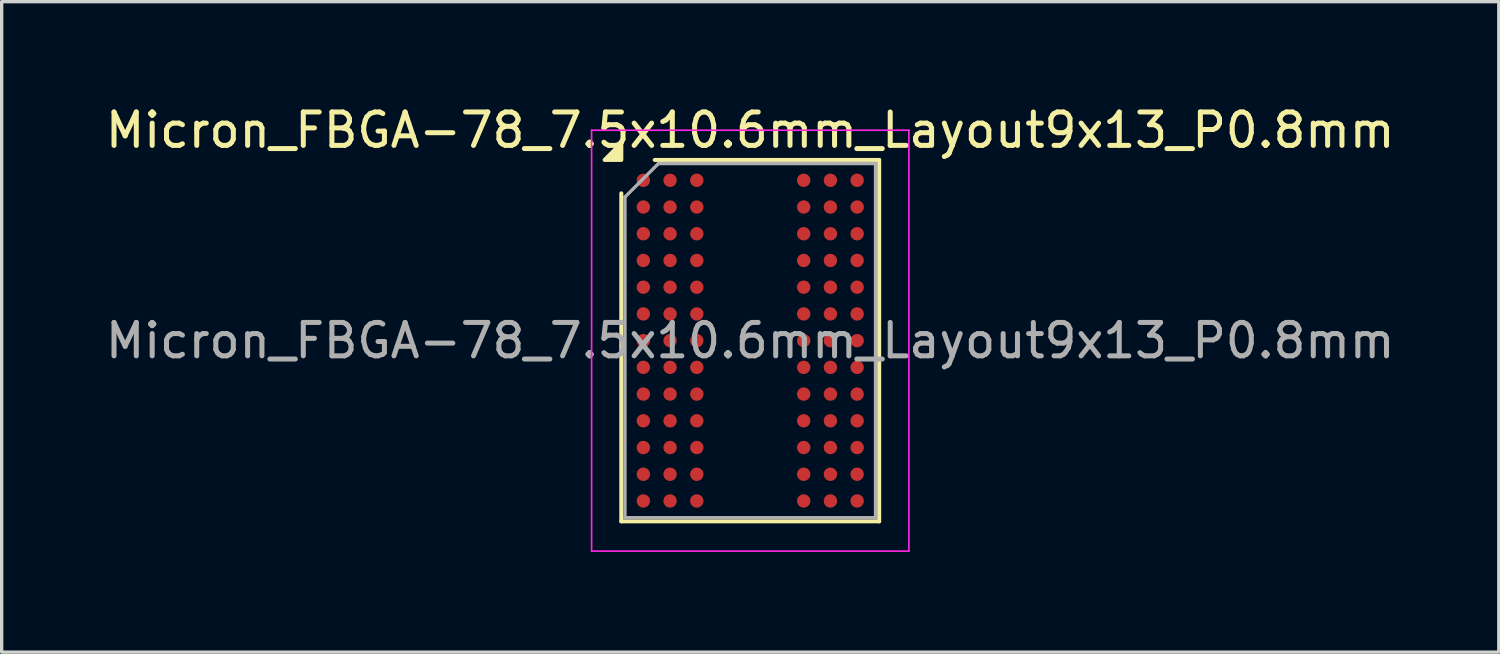
<source format=kicad_pcb>
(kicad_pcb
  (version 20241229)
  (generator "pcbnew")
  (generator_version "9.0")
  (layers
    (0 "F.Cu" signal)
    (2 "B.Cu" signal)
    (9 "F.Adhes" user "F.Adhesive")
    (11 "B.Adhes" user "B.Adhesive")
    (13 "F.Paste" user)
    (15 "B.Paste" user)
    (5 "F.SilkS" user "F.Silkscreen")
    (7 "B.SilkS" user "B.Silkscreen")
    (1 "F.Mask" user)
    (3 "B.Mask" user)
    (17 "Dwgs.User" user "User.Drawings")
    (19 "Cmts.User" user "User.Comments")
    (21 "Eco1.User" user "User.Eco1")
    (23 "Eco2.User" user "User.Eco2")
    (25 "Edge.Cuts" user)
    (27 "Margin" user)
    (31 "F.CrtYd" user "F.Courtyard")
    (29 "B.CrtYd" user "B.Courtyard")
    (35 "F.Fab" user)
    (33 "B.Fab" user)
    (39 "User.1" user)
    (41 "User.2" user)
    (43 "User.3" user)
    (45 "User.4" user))
  (footprint "Micron_FBGA-78_7.5x10.6mm_Layout9x13_P0.8mm"
    (layer "F.Cu")
    (at 19.411 7.148)
    (property "Reference" "Micron_FBGA-78_7.5x10.6mm_Layout9x13_P0.8mm" (at 0 -6.3 0) (layer "F.SilkS") (effects (font (size 1 1) (thickness 0.15))))
    (attr smd)
    (fp_line (start -3.86 5.41) (end -3.86 -4.41) (stroke (width 0.12) (type solid)) (layer "F.SilkS"))
    (fp_line (start -2.86 -5.41) (end 3.86 -5.41) (stroke (width 0.12) (type solid)) (layer "F.SilkS"))
    (fp_line (start 3.86 -5.41) (end 3.86 5.41) (stroke (width 0.12) (type solid)) (layer "F.SilkS"))
    (fp_line (start 3.86 5.41) (end -3.86 5.41) (stroke (width 0.12) (type solid)) (layer "F.SilkS"))
    (fp_poly (pts (xy -3.86 -5.41) (xy -4.36 -5.41) (xy -3.86 -5.91) (xy -3.86 -5.41)) (stroke (width 0.12) (type solid)) (fill yes) (layer "F.SilkS"))
    (fp_line (start -4.75 -6.3) (end -4.75 6.3) (stroke (width 0.05) (type solid)) (layer "F.CrtYd"))
    (fp_line (start -4.75 6.3) (end 4.75 6.3) (stroke (width 0.05) (type solid)) (layer "F.CrtYd"))
    (fp_line (start 4.75 -6.3) (end -4.75 -6.3) (stroke (width 0.05) (type solid)) (layer "F.CrtYd"))
    (fp_line (start 4.75 6.3) (end 4.75 -6.3) (stroke (width 0.05) (type solid)) (layer "F.CrtYd"))
    (fp_line (start -3.75 -4.3) (end -2.75 -5.3) (stroke (width 0.1) (type solid)) (layer "F.Fab"))
    (fp_line (start -3.75 5.3) (end -3.75 -4.3) (stroke (width 0.1) (type solid)) (layer "F.Fab"))
    (fp_line (start -2.75 -5.3) (end 3.75 -5.3) (stroke (width 0.1) (type solid)) (layer "F.Fab"))
    (fp_line (start 3.75 -5.3) (end 3.75 5.3) (stroke (width 0.1) (type solid)) (layer "F.Fab"))
    (fp_line (start 3.75 5.3) (end -3.75 5.3) (stroke (width 0.1) (type solid)) (layer "F.Fab"))
    (fp_text user "${REFERENCE}" (at 0 0 0) (layer "F.Fab") (effects (font (size 1 1) (thickness 0.15))))
    (pad "A1" smd circle (at -3.2 -4.8) (size 0.4 0.4) (property pad_prop_bga) (layers "F.Cu" "F.Mask" "F.Paste"))
    (pad "A2" smd circle (at -2.4 -4.8) (size 0.4 0.4) (property pad_prop_bga) (layers "F.Cu" "F.Mask" "F.Paste"))
    (pad "A3" smd circle (at -1.6 -4.8) (size 0.4 0.4) (property pad_prop_bga) (layers "F.Cu" "F.Mask" "F.Paste"))
    (pad "A7" smd circle (at 1.6 -4.8) (size 0.4 0.4) (property pad_prop_bga) (layers "F.Cu" "F.Mask" "F.Paste"))
    (pad "A8" smd circle (at 2.4 -4.8) (size 0.4 0.4) (property pad_prop_bga) (layers "F.Cu" "F.Mask" "F.Paste"))
    (pad "A9" smd circle (at 3.2 -4.8) (size 0.4 0.4) (property pad_prop_bga) (layers "F.Cu" "F.Mask" "F.Paste"))
    (pad "B1" smd circle (at -3.2 -4) (size 0.4 0.4) (property pad_prop_bga) (layers "F.Cu" "F.Mask" "F.Paste"))
    (pad "B2" smd circle (at -2.4 -4) (size 0.4 0.4) (property pad_prop_bga) (layers "F.Cu" "F.Mask" "F.Paste"))
    (pad "B3" smd circle (at -1.6 -4) (size 0.4 0.4) (property pad_prop_bga) (layers "F.Cu" "F.Mask" "F.Paste"))
    (pad "B7" smd circle (at 1.6 -4) (size 0.4 0.4) (property pad_prop_bga) (layers "F.Cu" "F.Mask" "F.Paste"))
    (pad "B8" smd circle (at 2.4 -4) (size 0.4 0.4) (property pad_prop_bga) (layers "F.Cu" "F.Mask" "F.Paste"))
    (pad "B9" smd circle (at 3.2 -4) (size 0.4 0.4) (property pad_prop_bga) (layers "F.Cu" "F.Mask" "F.Paste"))
    (pad "C1" smd circle (at -3.2 -3.2) (size 0.4 0.4) (property pad_prop_bga) (layers "F.Cu" "F.Mask" "F.Paste"))
    (pad "C2" smd circle (at -2.4 -3.2) (size 0.4 0.4) (property pad_prop_bga) (layers "F.Cu" "F.Mask" "F.Paste"))
    (pad "C3" smd circle (at -1.6 -3.2) (size 0.4 0.4) (property pad_prop_bga) (layers "F.Cu" "F.Mask" "F.Paste"))
    (pad "C7" smd circle (at 1.6 -3.2) (size 0.4 0.4) (property pad_prop_bga) (layers "F.Cu" "F.Mask" "F.Paste"))
    (pad "C8" smd circle (at 2.4 -3.2) (size 0.4 0.4) (property pad_prop_bga) (layers "F.Cu" "F.Mask" "F.Paste"))
    (pad "C9" smd circle (at 3.2 -3.2) (size 0.4 0.4) (property pad_prop_bga) (layers "F.Cu" "F.Mask" "F.Paste"))
    (pad "D1" smd circle (at -3.2 -2.4) (size 0.4 0.4) (property pad_prop_bga) (layers "F.Cu" "F.Mask" "F.Paste"))
    (pad "D2" smd circle (at -2.4 -2.4) (size 0.4 0.4) (property pad_prop_bga) (layers "F.Cu" "F.Mask" "F.Paste"))
    (pad "D3" smd circle (at -1.6 -2.4) (size 0.4 0.4) (property pad_prop_bga) (layers "F.Cu" "F.Mask" "F.Paste"))
    (pad "D7" smd circle (at 1.6 -2.4) (size 0.4 0.4) (property pad_prop_bga) (layers "F.Cu" "F.Mask" "F.Paste"))
    (pad "D8" smd circle (at 2.4 -2.4) (size 0.4 0.4) (property pad_prop_bga) (layers "F.Cu" "F.Mask" "F.Paste"))
    (pad "D9" smd circle (at 3.2 -2.4) (size 0.4 0.4) (property pad_prop_bga) (layers "F.Cu" "F.Mask" "F.Paste"))
    (pad "E1" smd circle (at -3.2 -1.6) (size 0.4 0.4) (property pad_prop_bga) (layers "F.Cu" "F.Mask" "F.Paste"))
    (pad "E2" smd circle (at -2.4 -1.6) (size 0.4 0.4) (property pad_prop_bga) (layers "F.Cu" "F.Mask" "F.Paste"))
    (pad "E3" smd circle (at -1.6 -1.6) (size 0.4 0.4) (property pad_prop_bga) (layers "F.Cu" "F.Mask" "F.Paste"))
    (pad "E7" smd circle (at 1.6 -1.6) (size 0.4 0.4) (property pad_prop_bga) (layers "F.Cu" "F.Mask" "F.Paste"))
    (pad "E8" smd circle (at 2.4 -1.6) (size 0.4 0.4) (property pad_prop_bga) (layers "F.Cu" "F.Mask" "F.Paste"))
    (pad "E9" smd circle (at 3.2 -1.6) (size 0.4 0.4) (property pad_prop_bga) (layers "F.Cu" "F.Mask" "F.Paste"))
    (pad "F1" smd circle (at -3.2 -0.8) (size 0.4 0.4) (property pad_prop_bga) (layers "F.Cu" "F.Mask" "F.Paste"))
    (pad "F2" smd circle (at -2.4 -0.8) (size 0.4 0.4) (property pad_prop_bga) (layers "F.Cu" "F.Mask" "F.Paste"))
    (pad "F3" smd circle (at -1.6 -0.8) (size 0.4 0.4) (property pad_prop_bga) (layers "F.Cu" "F.Mask" "F.Paste"))
    (pad "F7" smd circle (at 1.6 -0.8) (size 0.4 0.4) (property pad_prop_bga) (layers "F.Cu" "F.Mask" "F.Paste"))
    (pad "F8" smd circle (at 2.4 -0.8) (size 0.4 0.4) (property pad_prop_bga) (layers "F.Cu" "F.Mask" "F.Paste"))
    (pad "F9" smd circle (at 3.2 -0.8) (size 0.4 0.4) (property pad_prop_bga) (layers "F.Cu" "F.Mask" "F.Paste"))
    (pad "G1" smd circle (at -3.2 0) (size 0.4 0.4) (property pad_prop_bga) (layers "F.Cu" "F.Mask" "F.Paste"))
    (pad "G2" smd circle (at -2.4 0) (size 0.4 0.4) (property pad_prop_bga) (layers "F.Cu" "F.Mask" "F.Paste"))
    (pad "G3" smd circle (at -1.6 0) (size 0.4 0.4) (property pad_prop_bga) (layers "F.Cu" "F.Mask" "F.Paste"))
    (pad "G7" smd circle (at 1.6 0) (size 0.4 0.4) (property pad_prop_bga) (layers "F.Cu" "F.Mask" "F.Paste"))
    (pad "G8" smd circle (at 2.4 0) (size 0.4 0.4) (property pad_prop_bga) (layers "F.Cu" "F.Mask" "F.Paste"))
    (pad "G9" smd circle (at 3.2 0) (size 0.4 0.4) (property pad_prop_bga) (layers "F.Cu" "F.Mask" "F.Paste"))
    (pad "H1" smd circle (at -3.2 0.8) (size 0.4 0.4) (property pad_prop_bga) (layers "F.Cu" "F.Mask" "F.Paste"))
    (pad "H2" smd circle (at -2.4 0.8) (size 0.4 0.4) (property pad_prop_bga) (layers "F.Cu" "F.Mask" "F.Paste"))
    (pad "H3" smd circle (at -1.6 0.8) (size 0.4 0.4) (property pad_prop_bga) (layers "F.Cu" "F.Mask" "F.Paste"))
    (pad "H7" smd circle (at 1.6 0.8) (size 0.4 0.4) (property pad_prop_bga) (layers "F.Cu" "F.Mask" "F.Paste"))
    (pad "H8" smd circle (at 2.4 0.8) (size 0.4 0.4) (property pad_prop_bga) (layers "F.Cu" "F.Mask" "F.Paste"))
    (pad "H9" smd circle (at 3.2 0.8) (size 0.4 0.4) (property pad_prop_bga) (layers "F.Cu" "F.Mask" "F.Paste"))
    (pad "J1" smd circle (at -3.2 1.6) (size 0.4 0.4) (property pad_prop_bga) (layers "F.Cu" "F.Mask" "F.Paste"))
    (pad "J2" smd circle (at -2.4 1.6) (size 0.4 0.4) (property pad_prop_bga) (layers "F.Cu" "F.Mask" "F.Paste"))
    (pad "J3" smd circle (at -1.6 1.6) (size 0.4 0.4) (property pad_prop_bga) (layers "F.Cu" "F.Mask" "F.Paste"))
    (pad "J7" smd circle (at 1.6 1.6) (size 0.4 0.4) (property pad_prop_bga) (layers "F.Cu" "F.Mask" "F.Paste"))
    (pad "J8" smd circle (at 2.4 1.6) (size 0.4 0.4) (property pad_prop_bga) (layers "F.Cu" "F.Mask" "F.Paste"))
    (pad "J9" smd circle (at 3.2 1.6) (size 0.4 0.4) (property pad_prop_bga) (layers "F.Cu" "F.Mask" "F.Paste"))
    (pad "K1" smd circle (at -3.2 2.4) (size 0.4 0.4) (property pad_prop_bga) (layers "F.Cu" "F.Mask" "F.Paste"))
    (pad "K2" smd circle (at -2.4 2.4) (size 0.4 0.4) (property pad_prop_bga) (layers "F.Cu" "F.Mask" "F.Paste"))
    (pad "K3" smd circle (at -1.6 2.4) (size 0.4 0.4) (property pad_prop_bga) (layers "F.Cu" "F.Mask" "F.Paste"))
    (pad "K7" smd circle (at 1.6 2.4) (size 0.4 0.4) (property pad_prop_bga) (layers "F.Cu" "F.Mask" "F.Paste"))
    (pad "K8" smd circle (at 2.4 2.4) (size 0.4 0.4) (property pad_prop_bga) (layers "F.Cu" "F.Mask" "F.Paste"))
    (pad "K9" smd circle (at 3.2 2.4) (size 0.4 0.4) (property pad_prop_bga) (layers "F.Cu" "F.Mask" "F.Paste"))
    (pad "L1" smd circle (at -3.2 3.2) (size 0.4 0.4) (property pad_prop_bga) (layers "F.Cu" "F.Mask" "F.Paste"))
    (pad "L2" smd circle (at -2.4 3.2) (size 0.4 0.4) (property pad_prop_bga) (layers "F.Cu" "F.Mask" "F.Paste"))
    (pad "L3" smd circle (at -1.6 3.2) (size 0.4 0.4) (property pad_prop_bga) (layers "F.Cu" "F.Mask" "F.Paste"))
    (pad "L7" smd circle (at 1.6 3.2) (size 0.4 0.4) (property pad_prop_bga) (layers "F.Cu" "F.Mask" "F.Paste"))
    (pad "L8" smd circle (at 2.4 3.2) (size 0.4 0.4) (property pad_prop_bga) (layers "F.Cu" "F.Mask" "F.Paste"))
    (pad "L9" smd circle (at 3.2 3.2) (size 0.4 0.4) (property pad_prop_bga) (layers "F.Cu" "F.Mask" "F.Paste"))
    (pad "M1" smd circle (at -3.2 4) (size 0.4 0.4) (property pad_prop_bga) (layers "F.Cu" "F.Mask" "F.Paste"))
    (pad "M2" smd circle (at -2.4 4) (size 0.4 0.4) (property pad_prop_bga) (layers "F.Cu" "F.Mask" "F.Paste"))
    (pad "M3" smd circle (at -1.6 4) (size 0.4 0.4) (property pad_prop_bga) (layers "F.Cu" "F.Mask" "F.Paste"))
    (pad "M7" smd circle (at 1.6 4) (size 0.4 0.4) (property pad_prop_bga) (layers "F.Cu" "F.Mask" "F.Paste"))
    (pad "M8" smd circle (at 2.4 4) (size 0.4 0.4) (property pad_prop_bga) (layers "F.Cu" "F.Mask" "F.Paste"))
    (pad "M9" smd circle (at 3.2 4) (size 0.4 0.4) (property pad_prop_bga) (layers "F.Cu" "F.Mask" "F.Paste"))
    (pad "N1" smd circle (at -3.2 4.8) (size 0.4 0.4) (property pad_prop_bga) (layers "F.Cu" "F.Mask" "F.Paste"))
    (pad "N2" smd circle (at -2.4 4.8) (size 0.4 0.4) (property pad_prop_bga) (layers "F.Cu" "F.Mask" "F.Paste"))
    (pad "N3" smd circle (at -1.6 4.8) (size 0.4 0.4) (property pad_prop_bga) (layers "F.Cu" "F.Mask" "F.Paste"))
    (pad "N7" smd circle (at 1.6 4.8) (size 0.4 0.4) (property pad_prop_bga) (layers "F.Cu" "F.Mask" "F.Paste"))
    (pad "N8" smd circle (at 2.4 4.8) (size 0.4 0.4) (property pad_prop_bga) (layers "F.Cu" "F.Mask" "F.Paste"))
    (pad "N9" smd circle (at 3.2 4.8) (size 0.4 0.4) (property pad_prop_bga) (layers "F.Cu" "F.Mask" "F.Paste")))
  (gr_rect
    (start -3 -3)
    (end 41.821 16.473)
    (stroke (width 0.1) (type default))
    (fill no)
    (layer "Edge.Cuts")))
</source>
